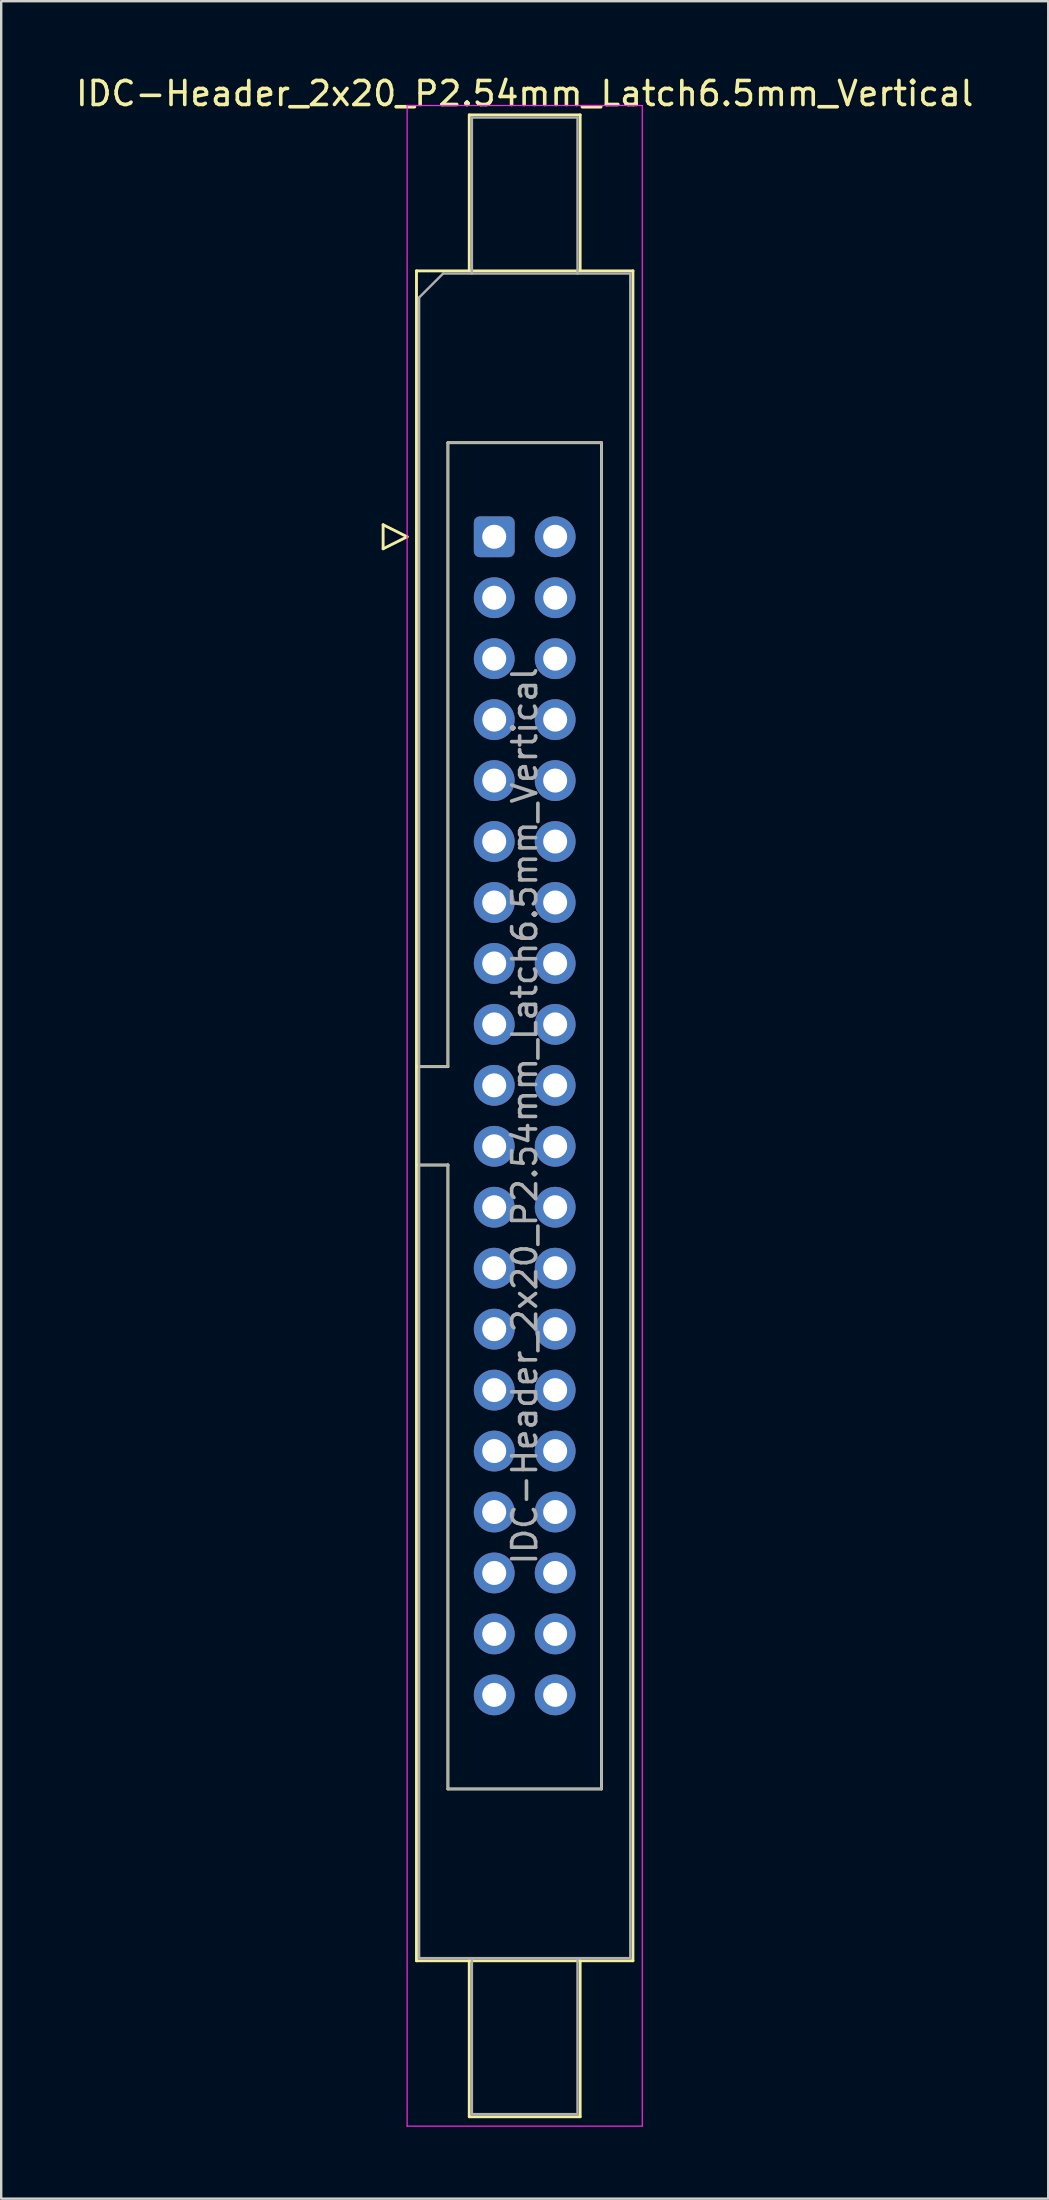
<source format=kicad_pcb>
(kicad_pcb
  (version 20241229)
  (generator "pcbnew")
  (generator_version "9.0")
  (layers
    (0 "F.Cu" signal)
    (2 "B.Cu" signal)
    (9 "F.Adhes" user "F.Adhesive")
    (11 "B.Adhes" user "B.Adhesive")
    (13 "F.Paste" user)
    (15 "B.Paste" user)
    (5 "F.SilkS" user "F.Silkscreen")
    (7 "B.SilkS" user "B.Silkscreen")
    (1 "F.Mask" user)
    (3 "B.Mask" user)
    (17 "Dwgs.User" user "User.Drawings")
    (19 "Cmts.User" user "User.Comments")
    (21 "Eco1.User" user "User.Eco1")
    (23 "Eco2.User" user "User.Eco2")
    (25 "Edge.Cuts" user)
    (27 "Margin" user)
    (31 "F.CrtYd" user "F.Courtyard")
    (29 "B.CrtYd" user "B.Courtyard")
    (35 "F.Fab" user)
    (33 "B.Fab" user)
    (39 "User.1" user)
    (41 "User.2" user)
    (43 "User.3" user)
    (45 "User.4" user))
  (footprint "IDC-Header_2x20_P2.54mm_Latch6.5mm_Vertical"
    (layer "F.Cu")
    (at 17.545 19.318)
    (property "Reference" "IDC-Header_2x20_P2.54mm_Latch6.5mm_Vertical" (at 1.27 -18.47 0) (layer "F.SilkS") (effects (font (size 1 1) (thickness 0.15))))
    (attr through_hole)
    (fp_line (start -4.63 -0.5) (end -4.63 0.5) (stroke (width 0.12) (type solid)) (layer "F.SilkS"))
    (fp_line (start -4.63 0.5) (end -3.63 0) (stroke (width 0.12) (type solid)) (layer "F.SilkS"))
    (fp_line (start -3.63 0) (end -4.63 -0.5) (stroke (width 0.12) (type solid)) (layer "F.SilkS"))
    (fp_line (start -3.24 -11.08) (end 5.78 -11.08) (stroke (width 0.12) (type solid)) (layer "F.SilkS"))
    (fp_line (start -3.24 22.08) (end -1.93 22.08) (stroke (width 0.12) (type solid)) (layer "F.SilkS"))
    (fp_line (start -3.24 59.34) (end -3.24 -11.08) (stroke (width 0.12) (type solid)) (layer "F.SilkS"))
    (fp_line (start -1.93 -3.92) (end 4.47 -3.92) (stroke (width 0.12) (type solid)) (layer "F.SilkS"))
    (fp_line (start -1.93 22.08) (end -1.93 -3.92) (stroke (width 0.12) (type solid)) (layer "F.SilkS"))
    (fp_line (start -1.93 26.18) (end -3.24 26.18) (stroke (width 0.12) (type solid)) (layer "F.SilkS"))
    (fp_line (start -1.93 26.18) (end -1.93 26.18) (stroke (width 0.12) (type solid)) (layer "F.SilkS"))
    (fp_line (start -1.93 52.18) (end -1.93 26.18) (stroke (width 0.12) (type solid)) (layer "F.SilkS"))
    (fp_line (start -1.04 -17.58) (end 3.58 -17.58) (stroke (width 0.12) (type solid)) (layer "F.SilkS"))
    (fp_line (start -1.04 -11.08) (end -1.04 -17.58) (stroke (width 0.12) (type solid)) (layer "F.SilkS"))
    (fp_line (start -1.04 59.34) (end -1.04 65.84) (stroke (width 0.12) (type solid)) (layer "F.SilkS"))
    (fp_line (start -1.04 65.84) (end 3.58 65.84) (stroke (width 0.12) (type solid)) (layer "F.SilkS"))
    (fp_line (start 3.58 -17.58) (end 3.58 -11.08) (stroke (width 0.12) (type solid)) (layer "F.SilkS"))
    (fp_line (start 3.58 65.84) (end 3.58 59.34) (stroke (width 0.12) (type solid)) (layer "F.SilkS"))
    (fp_line (start 4.47 -3.92) (end 4.47 52.18) (stroke (width 0.12) (type solid)) (layer "F.SilkS"))
    (fp_line (start 4.47 52.18) (end -1.93 52.18) (stroke (width 0.12) (type solid)) (layer "F.SilkS"))
    (fp_line (start 5.78 -11.08) (end 5.78 59.34) (stroke (width 0.12) (type solid)) (layer "F.SilkS"))
    (fp_line (start 5.78 59.34) (end -3.24 59.34) (stroke (width 0.12) (type solid)) (layer "F.SilkS"))
    (fp_line (start -3.63 -17.97) (end -3.63 66.23) (stroke (width 0.05) (type solid)) (layer "F.CrtYd"))
    (fp_line (start -3.63 66.23) (end 6.17 66.23) (stroke (width 0.05) (type solid)) (layer "F.CrtYd"))
    (fp_line (start 6.17 -17.97) (end -3.63 -17.97) (stroke (width 0.05) (type solid)) (layer "F.CrtYd"))
    (fp_line (start 6.17 66.23) (end 6.17 -17.97) (stroke (width 0.05) (type solid)) (layer "F.CrtYd"))
    (fp_line (start -3.13 -9.97) (end -2.13 -10.97) (stroke (width 0.1) (type solid)) (layer "F.Fab"))
    (fp_line (start -3.13 22.08) (end -1.93 22.08) (stroke (width 0.1) (type solid)) (layer "F.Fab"))
    (fp_line (start -3.13 59.23) (end -3.13 -9.97) (stroke (width 0.1) (type solid)) (layer "F.Fab"))
    (fp_line (start -2.13 -10.97) (end 5.67 -10.97) (stroke (width 0.1) (type solid)) (layer "F.Fab"))
    (fp_line (start -1.93 -3.92) (end 4.47 -3.92) (stroke (width 0.1) (type solid)) (layer "F.Fab"))
    (fp_line (start -1.93 22.08) (end -1.93 -3.92) (stroke (width 0.1) (type solid)) (layer "F.Fab"))
    (fp_line (start -1.93 26.18) (end -3.13 26.18) (stroke (width 0.1) (type solid)) (layer "F.Fab"))
    (fp_line (start -1.93 26.18) (end -1.93 26.18) (stroke (width 0.1) (type solid)) (layer "F.Fab"))
    (fp_line (start -1.93 52.18) (end -1.93 26.18) (stroke (width 0.1) (type solid)) (layer "F.Fab"))
    (fp_line (start -0.93 -17.47) (end 3.47 -17.47) (stroke (width 0.1) (type solid)) (layer "F.Fab"))
    (fp_line (start -0.93 -10.97) (end -0.93 -17.47) (stroke (width 0.1) (type solid)) (layer "F.Fab"))
    (fp_line (start -0.93 59.23) (end -0.93 65.73) (stroke (width 0.1) (type solid)) (layer "F.Fab"))
    (fp_line (start -0.93 65.73) (end 3.47 65.73) (stroke (width 0.1) (type solid)) (layer "F.Fab"))
    (fp_line (start 3.47 -17.47) (end 3.47 -10.97) (stroke (width 0.1) (type solid)) (layer "F.Fab"))
    (fp_line (start 3.47 65.73) (end 3.47 59.23) (stroke (width 0.1) (type solid)) (layer "F.Fab"))
    (fp_line (start 4.47 -3.92) (end 4.47 52.18) (stroke (width 0.1) (type solid)) (layer "F.Fab"))
    (fp_line (start 4.47 52.18) (end -1.93 52.18) (stroke (width 0.1) (type solid)) (layer "F.Fab"))
    (fp_line (start 5.67 -10.97) (end 5.67 59.23) (stroke (width 0.1) (type solid)) (layer "F.Fab"))
    (fp_line (start 5.67 59.23) (end -3.13 59.23) (stroke (width 0.1) (type solid)) (layer "F.Fab"))
    (fp_text user "${REFERENCE}" (at 1.27 24.13 90) (layer "F.Fab") (effects (font (size 1 1) (thickness 0.15))))
    (pad "1" thru_hole roundrect (at 0 0) (size 1.7 1.7) (drill 1) (layers "*.Cu" "*.Mask") (roundrect_rratio 0.147))
    (pad "2" thru_hole circle (at 2.54 0) (size 1.7 1.7) (drill 1) (layers "*.Cu" "*.Mask"))
    (pad "3" thru_hole circle (at 0 2.54) (size 1.7 1.7) (drill 1) (layers "*.Cu" "*.Mask"))
    (pad "4" thru_hole circle (at 2.54 2.54) (size 1.7 1.7) (drill 1) (layers "*.Cu" "*.Mask"))
    (pad "5" thru_hole circle (at 0 5.08) (size 1.7 1.7) (drill 1) (layers "*.Cu" "*.Mask"))
    (pad "6" thru_hole circle (at 2.54 5.08) (size 1.7 1.7) (drill 1) (layers "*.Cu" "*.Mask"))
    (pad "7" thru_hole circle (at 0 7.62) (size 1.7 1.7) (drill 1) (layers "*.Cu" "*.Mask"))
    (pad "8" thru_hole circle (at 2.54 7.62) (size 1.7 1.7) (drill 1) (layers "*.Cu" "*.Mask"))
    (pad "9" thru_hole circle (at 0 10.16) (size 1.7 1.7) (drill 1) (layers "*.Cu" "*.Mask"))
    (pad "10" thru_hole circle (at 2.54 10.16) (size 1.7 1.7) (drill 1) (layers "*.Cu" "*.Mask"))
    (pad "11" thru_hole circle (at 0 12.7) (size 1.7 1.7) (drill 1) (layers "*.Cu" "*.Mask"))
    (pad "12" thru_hole circle (at 2.54 12.7) (size 1.7 1.7) (drill 1) (layers "*.Cu" "*.Mask"))
    (pad "13" thru_hole circle (at 0 15.24) (size 1.7 1.7) (drill 1) (layers "*.Cu" "*.Mask"))
    (pad "14" thru_hole circle (at 2.54 15.24) (size 1.7 1.7) (drill 1) (layers "*.Cu" "*.Mask"))
    (pad "15" thru_hole circle (at 0 17.78) (size 1.7 1.7) (drill 1) (layers "*.Cu" "*.Mask"))
    (pad "16" thru_hole circle (at 2.54 17.78) (size 1.7 1.7) (drill 1) (layers "*.Cu" "*.Mask"))
    (pad "17" thru_hole circle (at 0 20.32) (size 1.7 1.7) (drill 1) (layers "*.Cu" "*.Mask"))
    (pad "18" thru_hole circle (at 2.54 20.32) (size 1.7 1.7) (drill 1) (layers "*.Cu" "*.Mask"))
    (pad "19" thru_hole circle (at 0 22.86) (size 1.7 1.7) (drill 1) (layers "*.Cu" "*.Mask"))
    (pad "20" thru_hole circle (at 2.54 22.86) (size 1.7 1.7) (drill 1) (layers "*.Cu" "*.Mask"))
    (pad "21" thru_hole circle (at 0 25.4) (size 1.7 1.7) (drill 1) (layers "*.Cu" "*.Mask"))
    (pad "22" thru_hole circle (at 2.54 25.4) (size 1.7 1.7) (drill 1) (layers "*.Cu" "*.Mask"))
    (pad "23" thru_hole circle (at 0 27.94) (size 1.7 1.7) (drill 1) (layers "*.Cu" "*.Mask"))
    (pad "24" thru_hole circle (at 2.54 27.94) (size 1.7 1.7) (drill 1) (layers "*.Cu" "*.Mask"))
    (pad "25" thru_hole circle (at 0 30.48) (size 1.7 1.7) (drill 1) (layers "*.Cu" "*.Mask"))
    (pad "26" thru_hole circle (at 2.54 30.48) (size 1.7 1.7) (drill 1) (layers "*.Cu" "*.Mask"))
    (pad "27" thru_hole circle (at 0 33.02) (size 1.7 1.7) (drill 1) (layers "*.Cu" "*.Mask"))
    (pad "28" thru_hole circle (at 2.54 33.02) (size 1.7 1.7) (drill 1) (layers "*.Cu" "*.Mask"))
    (pad "29" thru_hole circle (at 0 35.56) (size 1.7 1.7) (drill 1) (layers "*.Cu" "*.Mask"))
    (pad "30" thru_hole circle (at 2.54 35.56) (size 1.7 1.7) (drill 1) (layers "*.Cu" "*.Mask"))
    (pad "31" thru_hole circle (at 0 38.1) (size 1.7 1.7) (drill 1) (layers "*.Cu" "*.Mask"))
    (pad "32" thru_hole circle (at 2.54 38.1) (size 1.7 1.7) (drill 1) (layers "*.Cu" "*.Mask"))
    (pad "33" thru_hole circle (at 0 40.64) (size 1.7 1.7) (drill 1) (layers "*.Cu" "*.Mask"))
    (pad "34" thru_hole circle (at 2.54 40.64) (size 1.7 1.7) (drill 1) (layers "*.Cu" "*.Mask"))
    (pad "35" thru_hole circle (at 0 43.18) (size 1.7 1.7) (drill 1) (layers "*.Cu" "*.Mask"))
    (pad "36" thru_hole circle (at 2.54 43.18) (size 1.7 1.7) (drill 1) (layers "*.Cu" "*.Mask"))
    (pad "37" thru_hole circle (at 0 45.72) (size 1.7 1.7) (drill 1) (layers "*.Cu" "*.Mask"))
    (pad "38" thru_hole circle (at 2.54 45.72) (size 1.7 1.7) (drill 1) (layers "*.Cu" "*.Mask"))
    (pad "39" thru_hole circle (at 0 48.26) (size 1.7 1.7) (drill 1) (layers "*.Cu" "*.Mask"))
    (pad "40" thru_hole circle (at 2.54 48.26) (size 1.7 1.7) (drill 1) (layers "*.Cu" "*.Mask")))
  (gr_rect
    (start -3 -3)
    (end 40.631 88.573)
    (stroke (width 0.1) (type default))
    (fill no)
    (layer "Edge.Cuts")))
</source>
